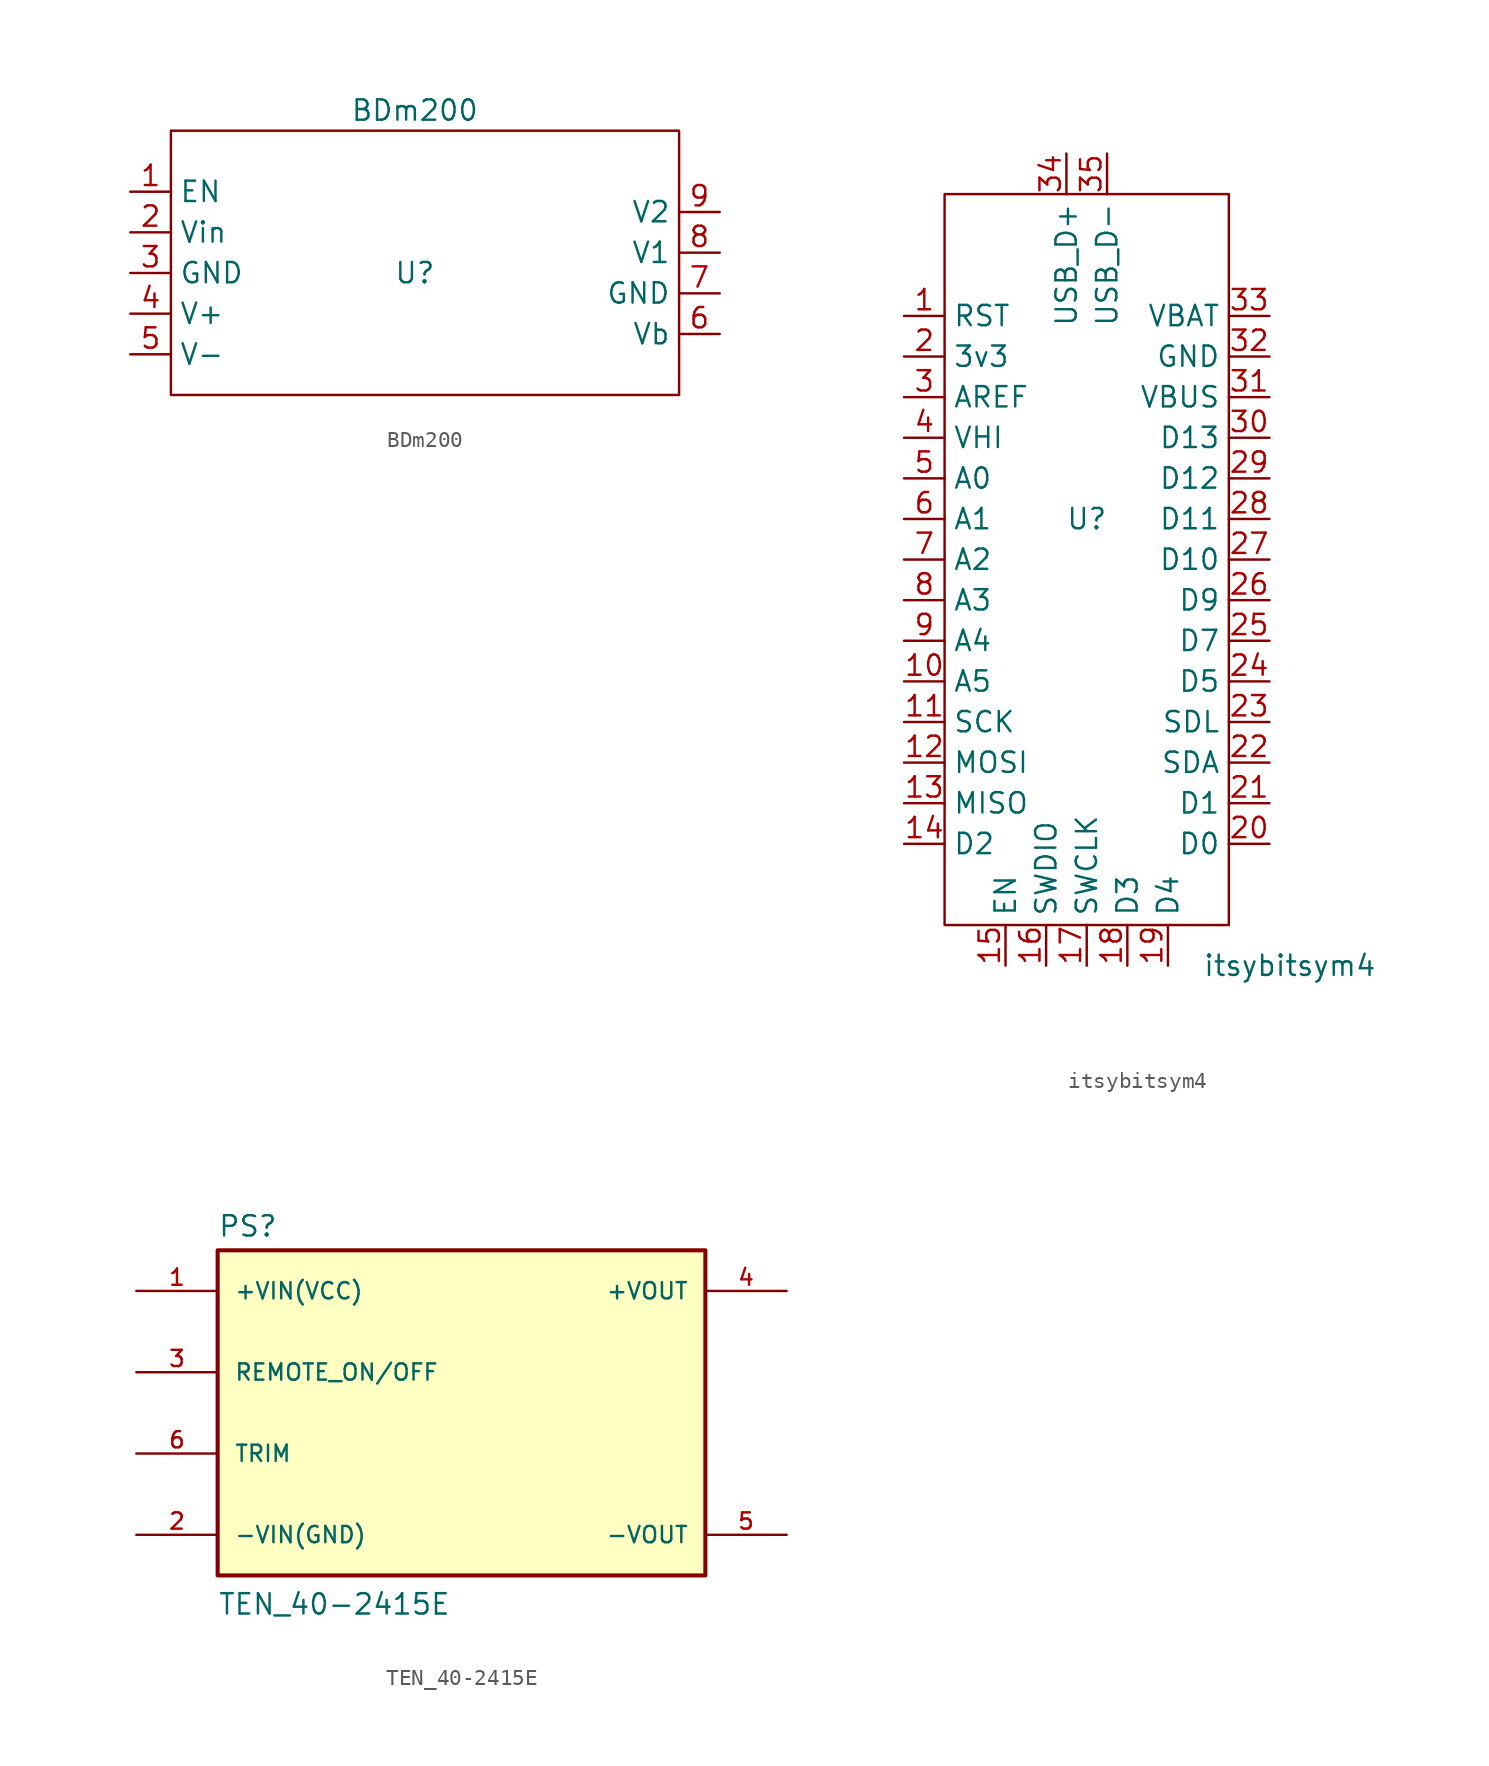
<source format=kicad_sym>
(kicad_symbol_lib
  (version 20211014)
  (generator kicad_symbol_editor)
  (symbol "BDm200"
    (property "Reference" "U"
      (at 0 0 0)
      (effects (font (size 1.27 1.27))))
    (property "Value" "BDm200"
      (at 0 10.16 0)
      (effects (font (size 1.27 1.27))))
    (symbol "BDm200_0_1"
      (rectangle (start 16.51 8.89) (end -15.24 -7.62) (stroke (width 0) (type default) (color 0 0 0 0)) (fill (type none))))
    (symbol "BDm200_1_1"
      (pin input line (at -17.78 5.08 0) (length 2.54) (name "EN" (effects (font (size 1.27 1.27)))) (number "1" (effects (font (size 1.27 1.27)))))
      (pin input line (at -17.78 2.54 0) (length 2.54) (name "Vin" (effects (font (size 1.27 1.27)))) (number "2" (effects (font (size 1.27 1.27)))))
      (pin passive line (at -17.78 0 0) (length 2.54) (name "GND" (effects (font (size 1.27 1.27)))) (number "3" (effects (font (size 1.27 1.27)))))
      (pin power_in line (at -17.78 -2.54 0) (length 2.54) (name "V+" (effects (font (size 1.27 1.27)))) (number "4" (effects (font (size 1.27 1.27)))))
      (pin power_in line (at -17.78 -5.08 0) (length 2.54) (name "V-" (effects (font (size 1.27 1.27)))) (number "5" (effects (font (size 1.27 1.27)))))
      (pin output line (at 19.05 -3.81 180) (length 2.54) (name "Vb" (effects (font (size 1.27 1.27)))) (number "6" (effects (font (size 1.27 1.27)))))
      (pin passive line (at 19.05 -1.27 180) (length 2.54) (name "GND" (effects (font (size 1.27 1.27)))) (number "7" (effects (font (size 1.27 1.27)))))
      (pin output line (at 19.05 1.27 180) (length 2.54) (name "V1" (effects (font (size 1.27 1.27)))) (number "8" (effects (font (size 1.27 1.27)))))
      (pin output line (at 19.05 3.81 180) (length 2.54) (name "V2" (effects (font (size 1.27 1.27)))) (number "9" (effects (font (size 1.27 1.27)))))))
  (symbol "itsybitsym4"
    (property "Reference" "U"
      (at 0 5.08 0)
      (effects (font (size 1.27 1.27))))
    (property "Value" "itsybitsym4"
      (at 12.7 -22.86 0)
      (effects (font (size 1.27 1.27))))
    (symbol "itsybitsym4_0_1"
      (rectangle (start -8.89 25.4) (end 8.89 -20.32) (stroke (width 0) (type default) (color 0 0 0 0)) (fill (type none))))
    (symbol "itsybitsym4_1_1"
      (pin input line (at -11.43 17.78 0) (length 2.54) (name "RST" (effects (font (size 1.27 1.27)))) (number "1" (effects (font (size 1.27 1.27)))))
      (pin bidirectional line (at -11.43 -5.08 0) (length 2.54) (name "A5" (effects (font (size 1.27 1.27)))) (number "10" (effects (font (size 1.27 1.27)))))
      (pin bidirectional line (at -11.43 -7.62 0) (length 2.54) (name "SCK" (effects (font (size 1.27 1.27)))) (number "11" (effects (font (size 1.27 1.27)))))
      (pin bidirectional line (at -11.43 -10.16 0) (length 2.54) (name "MOSI" (effects (font (size 1.27 1.27)))) (number "12" (effects (font (size 1.27 1.27)))))
      (pin bidirectional line (at -11.43 -12.7 0) (length 2.54) (name "MISO" (effects (font (size 1.27 1.27)))) (number "13" (effects (font (size 1.27 1.27)))))
      (pin bidirectional line (at -11.43 -15.24 0) (length 2.54) (name "D2" (effects (font (size 1.27 1.27)))) (number "14" (effects (font (size 1.27 1.27)))))
      (pin input line (at -5.08 -22.86 90) (length 2.54) (name "EN" (effects (font (size 1.27 1.27)))) (number "15" (effects (font (size 1.27 1.27)))))
      (pin bidirectional line (at -2.54 -22.86 90) (length 2.54) (name "SWDIO" (effects (font (size 1.27 1.27)))) (number "16" (effects (font (size 1.27 1.27)))))
      (pin bidirectional line (at 0 -22.86 90) (length 2.54) (name "SWCLK" (effects (font (size 1.27 1.27)))) (number "17" (effects (font (size 1.27 1.27)))))
      (pin bidirectional line (at 2.54 -22.86 90) (length 2.54) (name "D3" (effects (font (size 1.27 1.27)))) (number "18" (effects (font (size 1.27 1.27)))))
      (pin bidirectional line (at 5.08 -22.86 90) (length 2.54) (name "D4" (effects (font (size 1.27 1.27)))) (number "19" (effects (font (size 1.27 1.27)))))
      (pin power_out line (at -11.43 15.24 0) (length 2.54) (name "3v3" (effects (font (size 1.27 1.27)))) (number "2" (effects (font (size 1.27 1.27)))))
      (pin bidirectional line (at 11.43 -15.24 180) (length 2.54) (name "D0" (effects (font (size 1.27 1.27)))) (number "20" (effects (font (size 1.27 1.27)))))
      (pin bidirectional line (at 11.43 -12.7 180) (length 2.54) (name "D1" (effects (font (size 1.27 1.27)))) (number "21" (effects (font (size 1.27 1.27)))))
      (pin bidirectional line (at 11.43 -10.16 180) (length 2.54) (name "SDA" (effects (font (size 1.27 1.27)))) (number "22" (effects (font (size 1.27 1.27)))))
      (pin bidirectional line (at 11.43 -7.62 180) (length 2.54) (name "SDL" (effects (font (size 1.27 1.27)))) (number "23" (effects (font (size 1.27 1.27)))))
      (pin bidirectional line (at 11.43 -5.08 180) (length 2.54) (name "D5" (effects (font (size 1.27 1.27)))) (number "24" (effects (font (size 1.27 1.27)))))
      (pin bidirectional line (at 11.43 -2.54 180) (length 2.54) (name "D7" (effects (font (size 1.27 1.27)))) (number "25" (effects (font (size 1.27 1.27)))))
      (pin bidirectional line (at 11.43 0 180) (length 2.54) (name "D9" (effects (font (size 1.27 1.27)))) (number "26" (effects (font (size 1.27 1.27)))))
      (pin bidirectional line (at 11.43 2.54 180) (length 2.54) (name "D10" (effects (font (size 1.27 1.27)))) (number "27" (effects (font (size 1.27 1.27)))))
      (pin bidirectional line (at 11.43 5.08 180) (length 2.54) (name "D11" (effects (font (size 1.27 1.27)))) (number "28" (effects (font (size 1.27 1.27)))))
      (pin bidirectional line (at 11.43 7.62 180) (length 2.54) (name "D12" (effects (font (size 1.27 1.27)))) (number "29" (effects (font (size 1.27 1.27)))))
      (pin output line (at -11.43 12.7 0) (length 2.54) (name "AREF" (effects (font (size 1.27 1.27)))) (number "3" (effects (font (size 1.27 1.27)))))
      (pin bidirectional line (at 11.43 10.16 180) (length 2.54) (name "D13" (effects (font (size 1.27 1.27)))) (number "30" (effects (font (size 1.27 1.27)))))
      (pin power_out line (at 11.43 12.7 180) (length 2.54) (name "VBUS" (effects (font (size 1.27 1.27)))) (number "31" (effects (font (size 1.27 1.27)))))
      (pin passive line (at 11.43 15.24 180) (length 2.54) (name "GND" (effects (font (size 1.27 1.27)))) (number "32" (effects (font (size 1.27 1.27)))))
      (pin power_in line (at 11.43 17.78 180) (length 2.54) (name "VBAT" (effects (font (size 1.27 1.27)))) (number "33" (effects (font (size 1.27 1.27)))))
      (pin bidirectional line (at -1.27 27.94 270) (length 2.54) (name "USB_D+" (effects (font (size 1.27 1.27)))) (number "34" (effects (font (size 1.27 1.27)))))
      (pin bidirectional line (at 1.27 27.94 270) (length 2.54) (name "USB_D-" (effects (font (size 1.27 1.27)))) (number "35" (effects (font (size 1.27 1.27)))))
      (pin power_in line (at -11.43 10.16 0) (length 2.54) (name "VHI" (effects (font (size 1.27 1.27)))) (number "4" (effects (font (size 1.27 1.27)))))
      (pin bidirectional line (at -11.43 7.62 0) (length 2.54) (name "A0" (effects (font (size 1.27 1.27)))) (number "5" (effects (font (size 1.27 1.27)))))
      (pin bidirectional line (at -11.43 5.08 0) (length 2.54) (name "A1" (effects (font (size 1.27 1.27)))) (number "6" (effects (font (size 1.27 1.27)))))
      (pin bidirectional line (at -11.43 2.54 0) (length 2.54) (name "A2" (effects (font (size 1.27 1.27)))) (number "7" (effects (font (size 1.27 1.27)))))
      (pin bidirectional line (at -11.43 0 0) (length 2.54) (name "A3" (effects (font (size 1.27 1.27)))) (number "8" (effects (font (size 1.27 1.27)))))
      (pin bidirectional line (at -11.43 -2.54 0) (length 2.54) (name "A4" (effects (font (size 1.27 1.27)))) (number "9" (effects (font (size 1.27 1.27)))))))
  (symbol "TEN_40-2415E"
    (pin_names
      (offset 1.016))
    (property "Reference" "PS"
      (at -15.24 10.922 0)
      (effects (font (size 1.27 1.27)) (justify left bottom)))
    (property "Value" "TEN_40-2415E"
      (at -15.24 -12.7 0)
      (effects (font (size 1.27 1.27)) (justify left bottom)))
    (symbol "TEN_40-2415E_0_0"
      (rectangle (start -15.24 -10.16) (end 15.24 10.16) (stroke (width 0.254) (type default) (color 0 0 0 0)) (fill (type background)))
      (pin input line (at -20.32 7.62 0) (length 5.08) (name "+VIN(VCC)" (effects (font (size 1.016 1.016)))) (number "1" (effects (font (size 1.016 1.016)))))
      (pin input line (at -20.32 -7.62 0) (length 5.08) (name "-VIN(GND)" (effects (font (size 1.016 1.016)))) (number "2" (effects (font (size 1.016 1.016)))))
      (pin input line (at -20.32 2.54 0) (length 5.08) (name "REMOTE_ON/OFF" (effects (font (size 1.016 1.016)))) (number "3" (effects (font (size 1.016 1.016)))))
      (pin output line (at 20.32 7.62 180) (length 5.08) (name "+VOUT" (effects (font (size 1.016 1.016)))) (number "4" (effects (font (size 1.016 1.016)))))
      (pin output line (at 20.32 -7.62 180) (length 5.08) (name "-VOUT" (effects (font (size 1.016 1.016)))) (number "5" (effects (font (size 1.016 1.016)))))
      (pin input line (at -20.32 -2.54 0) (length 5.08) (name "TRIM" (effects (font (size 1.016 1.016)))) (number "6" (effects (font (size 1.016 1.016))))))))
</source>
